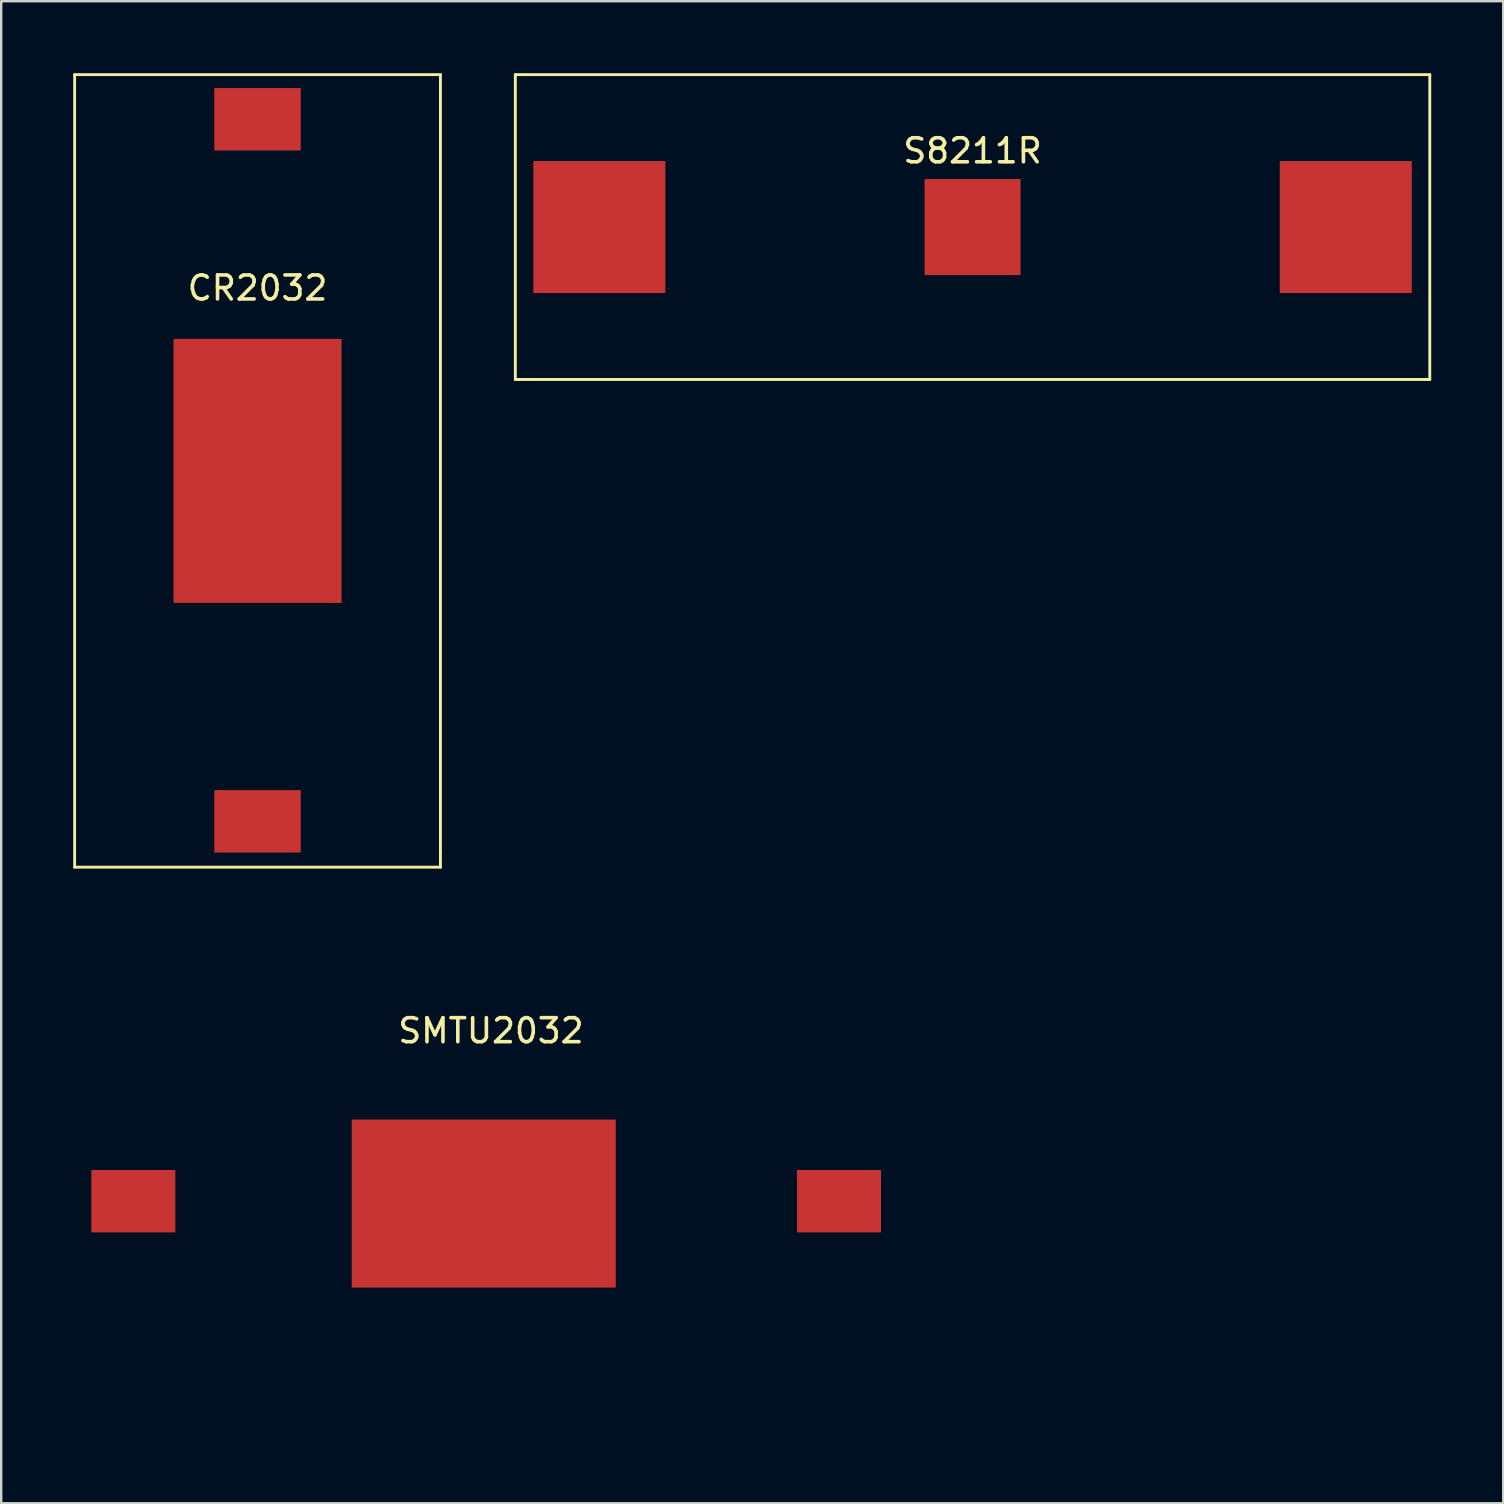
<source format=kicad_pcb>
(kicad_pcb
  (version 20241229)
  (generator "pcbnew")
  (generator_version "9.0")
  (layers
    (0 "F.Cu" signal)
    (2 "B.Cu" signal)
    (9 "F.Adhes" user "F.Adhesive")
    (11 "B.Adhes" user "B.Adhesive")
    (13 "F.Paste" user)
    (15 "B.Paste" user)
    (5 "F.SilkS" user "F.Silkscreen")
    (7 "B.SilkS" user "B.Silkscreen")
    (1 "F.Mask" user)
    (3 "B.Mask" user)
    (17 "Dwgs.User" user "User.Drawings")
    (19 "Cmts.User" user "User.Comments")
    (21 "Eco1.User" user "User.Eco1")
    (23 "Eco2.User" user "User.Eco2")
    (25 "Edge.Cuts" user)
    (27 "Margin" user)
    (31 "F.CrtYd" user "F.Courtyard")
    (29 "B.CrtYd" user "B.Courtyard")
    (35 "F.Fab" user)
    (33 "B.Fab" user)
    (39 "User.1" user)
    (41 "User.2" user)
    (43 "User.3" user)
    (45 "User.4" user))
  (footprint "SMTU2032"
    (layer "F.Cu")
    (at 17.205 46.995)
    (property "Reference" "SMTU2032" (at 0.2 -7.1 0) (layer "F.SilkS") (effects (font (size 1 1) (thickness 0.15))))
    (attr through_hole)
    (fp_line (start -17.145 -3.81) (end -8.89 -3.81) (stroke (width 0.12) (type solid)) (layer "B.Paste"))
    (fp_line (start -17.145 3.81) (end -17.145 -3.81) (stroke (width 0.12) (type solid)) (layer "B.Paste"))
    (fp_line (start -8.89 -3.81) (end -6.35 -10.795) (stroke (width 0.12) (type solid)) (layer "B.Paste"))
    (fp_line (start -8.89 3.81) (end -17.145 3.81) (stroke (width 0.12) (type solid)) (layer "B.Paste"))
    (fp_line (start -6.35 -10.795) (end 5.715 -10.795) (stroke (width 0.12) (type solid)) (layer "B.Paste"))
    (fp_line (start -6.35 9.525) (end -8.89 3.81) (stroke (width 0.12) (type solid)) (layer "B.Paste"))
    (fp_line (start -6.35 9.525) (end 5.715 9.525) (stroke (width 0.12) (type solid)) (layer "B.Paste"))
    (fp_line (start 5.715 9.525) (end 8.255 3.81) (stroke (width 0.12) (type solid)) (layer "B.Paste"))
    (fp_line (start 8.255 -3.81) (end 5.715 -10.795) (stroke (width 0.12) (type solid)) (layer "B.Paste"))
    (fp_line (start 8.255 3.81) (end 17.145 3.81) (stroke (width 0.12) (type solid)) (layer "B.Paste"))
    (fp_line (start 17.145 -3.81) (end 8.255 -3.81) (stroke (width 0.12) (type solid)) (layer "B.Paste"))
    (fp_line (start 17.145 3.81) (end 17.145 -3.81) (stroke (width 0.12) (type solid)) (layer "B.Paste"))
    (pad "1" smd rect (at -0.1 0.1) (size 11 7) (layers "F.Cu" "F.Mask" "F.Paste"))
    (pad "2" smd rect (at 14.7 0) (size 3.5 2.6) (layers "F.Cu" "F.Mask" "F.Paste"))
    (pad "3" smd rect (at -14.7 0) (size 3.5 2.6) (layers "F.Cu" "F.Mask" "F.Paste")))
  (footprint "S8211R"
    (layer "F.Cu")
    (at 37.47 6.41)
    (property "Reference" "S8211R" (at 0 -3.175 0) (layer "F.SilkS") (effects (font (size 1 1) (thickness 0.15))))
    (attr through_hole)
    (fp_line (start -19.05 -6.35) (end 19.05 -6.35) (stroke (width 0.12) (type solid)) (layer "F.SilkS"))
    (fp_line (start -19.05 6.35) (end -19.05 -6.35) (stroke (width 0.12) (type solid)) (layer "F.SilkS"))
    (fp_line (start 19.05 -6.35) (end 19.05 6.35) (stroke (width 0.12) (type solid)) (layer "F.SilkS"))
    (fp_line (start 19.05 6.35) (end -19.05 6.35) (stroke (width 0.12) (type solid)) (layer "F.SilkS"))
    (pad "1" smd rect (at 0 0) (size 4 4) (layers "F.Cu" "F.Mask" "F.Paste"))
    (pad "2" smd rect (at 15.55 0) (size 5.5 5.5) (layers "F.Cu" "F.Mask" "F.Paste"))
    (pad "3" smd rect (at -15.55 0) (size 5.5 5.5) (layers "F.Cu" "F.Mask" "F.Paste")))
  (footprint "CR2032"
    (layer "F.Cu")
    (at 7.68 16.57)
    (property "Reference" "CR2032" (at 0 -7.62 0) (layer "F.SilkS") (effects (font (size 1 1) (thickness 0.15))))
    (attr through_hole)
    (fp_line (start -7.62 -16.51) (end -7.62 16.51) (stroke (width 0.12) (type solid)) (layer "F.SilkS"))
    (fp_line (start -7.62 16.51) (end 7.62 16.51) (stroke (width 0.12) (type solid)) (layer "F.SilkS"))
    (fp_line (start 7.62 -16.51) (end -7.62 -16.51) (stroke (width 0.12) (type solid)) (layer "F.SilkS"))
    (fp_line (start 7.62 15.875) (end 7.62 -16.51) (stroke (width 0.12) (type solid)) (layer "F.SilkS"))
    (fp_line (start 7.62 16.51) (end 7.62 15.875) (stroke (width 0.12) (type solid)) (layer "F.SilkS"))
    (pad "1" smd rect (at 0 0) (size 7 11) (layers "F.Cu" "F.Mask" "F.Paste"))
    (pad "2" smd rect (at 0 -14.65) (size 3.6 2.6) (layers "F.Cu" "F.Mask" "F.Paste"))
    (pad "3" smd rect (at 0 14.6) (size 3.6 2.6) (layers "F.Cu" "F.Mask" "F.Paste")))
  (gr_rect
    (start -3 -3)
    (end 59.58 59.58)
    (stroke (width 0.1) (type default))
    (fill no)
    (layer "Edge.Cuts")))
</source>
